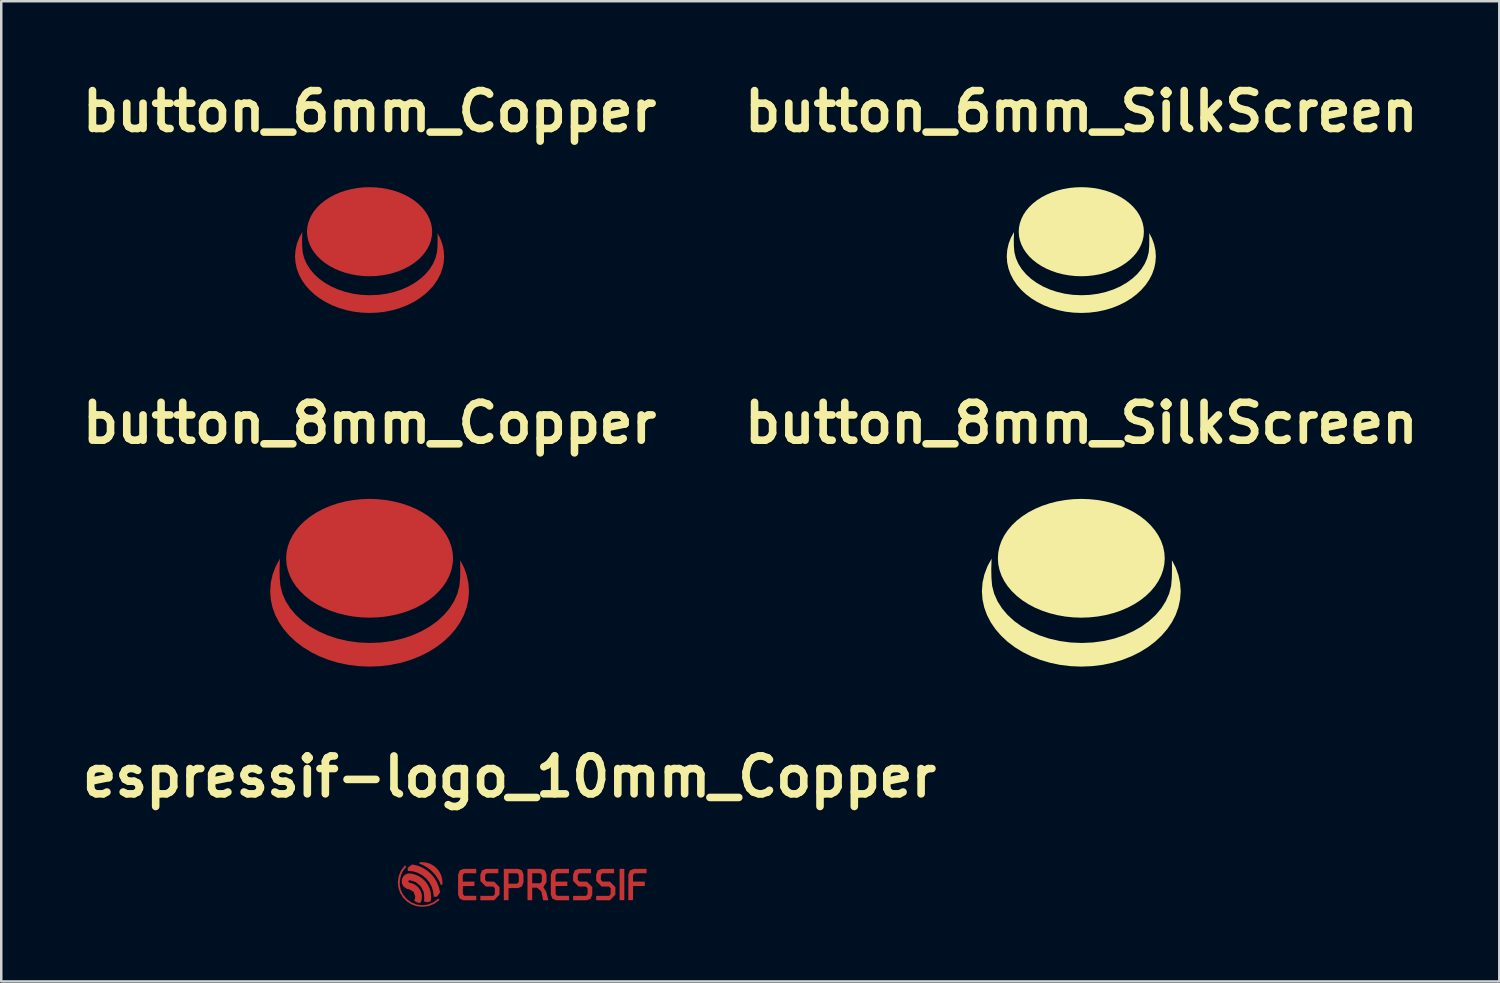
<source format=kicad_pcb>
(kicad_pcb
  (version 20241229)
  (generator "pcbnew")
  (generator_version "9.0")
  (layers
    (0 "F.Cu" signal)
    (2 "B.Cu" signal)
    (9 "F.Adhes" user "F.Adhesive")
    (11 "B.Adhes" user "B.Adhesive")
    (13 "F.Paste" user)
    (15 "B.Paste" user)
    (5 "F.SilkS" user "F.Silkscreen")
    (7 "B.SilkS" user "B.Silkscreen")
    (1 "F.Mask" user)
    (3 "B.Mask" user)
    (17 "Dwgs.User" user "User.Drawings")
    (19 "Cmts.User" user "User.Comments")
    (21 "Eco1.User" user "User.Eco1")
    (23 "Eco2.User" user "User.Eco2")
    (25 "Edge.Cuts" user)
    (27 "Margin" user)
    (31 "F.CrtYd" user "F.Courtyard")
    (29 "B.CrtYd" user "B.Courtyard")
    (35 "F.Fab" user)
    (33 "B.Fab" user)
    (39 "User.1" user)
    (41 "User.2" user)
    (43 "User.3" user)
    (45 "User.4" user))
  (footprint "button_6mm_SilkScreen"
    (layer "F.Cu")
    (at 40.418 7.002)
    (property "Reference" "button_6mm_SilkScreen" (at 0 -5.576 0) (layer "F.SilkS") (effects (font (size 1.524 1.524) (thickness 0.305))))
    (attr exclude_from_pos_files exclude_from_bom)
    (fp_poly (pts (xy 2.516 -0.738) (xy 2.504 -0.562) (xy 2.467 -0.388) (xy 2.407 -0.218) (xy 2.324 -0.052) (xy 2.219 0.106) (xy 2.092 0.257) (xy 1.945 0.398) (xy 1.779 0.528) (xy 1.596 0.646) (xy 1.398 0.751) (xy 1.186 0.841) (xy 0.963 0.917) (xy 0.73 0.976) (xy 0.491 1.018) (xy 0.247 1.044) (xy 0.00001 1.053) (xy -0.247 1.044) (xy -0.491 1.018) (xy -0.73 0.976) (xy -0.963 0.917) (xy -1.186 0.841) (xy -1.398 0.751) (xy -1.596 0.646) (xy -1.779 0.528) (xy -1.945 0.398) (xy -2.092 0.257) (xy -2.219 0.106) (xy -2.324 -0.052) (xy -2.407 -0.218) (xy -2.467 -0.388) (xy -2.504 -0.562) (xy -2.516 -0.738) (xy -2.504 -0.913) (xy -2.467 -1.087) (xy -2.407 -1.257) (xy -2.324 -1.423) (xy -2.219 -1.582) (xy -2.092 -1.732) (xy -1.945 -1.873) (xy -1.779 -2.004) (xy -1.596 -2.122) (xy -1.398 -2.226) (xy -1.186 -2.317) (xy -0.963 -2.392) (xy -0.73 -2.451) (xy -0.491 -2.494) (xy -0.247 -2.519) (xy 0.00001 -2.528) (xy 0.247 -2.519) (xy 0.491 -2.494) (xy 0.73 -2.451) (xy 0.963 -2.392) (xy 1.186 -2.317) (xy 1.398 -2.226) (xy 1.596 -2.122) (xy 1.779 -2.004) (xy 1.945 -1.873) (xy 2.092 -1.732) (xy 2.219 -1.582) (xy 2.324 -1.423) (xy 2.407 -1.257) (xy 2.467 -1.087) (xy 2.504 -0.913) (xy 2.516 -0.738)) (stroke (width 0) (type solid)) (fill yes) (layer "F.SilkS"))
    (fp_poly (pts (xy -2.704 -0.725) (xy -2.714 -0.422) (xy -2.71 -0.154) (xy -2.689 0.093) (xy -2.627 0.331) (xy -2.527 0.558) (xy -2.391 0.772) (xy -2.222 0.971) (xy -2.023 1.154) (xy -1.796 1.318) (xy -1.544 1.463) (xy -1.268 1.585) (xy -0.973 1.683) (xy -0.659 1.756) (xy -0.331 1.801) (xy 0.01 1.816) (xy 0.351 1.801) (xy 0.68 1.756) (xy 0.993 1.683) (xy 1.288 1.585) (xy 1.564 1.463) (xy 1.816 1.318) (xy 2.043 1.154) (xy 2.243 0.971) (xy 2.411 0.772) (xy 2.547 0.558) (xy 2.647 0.331) (xy 2.709 0.093) (xy 2.73 -0.154) (xy 2.733 -0.399) (xy 2.732 -0.68) (xy 2.845 -0.46) (xy 2.928 -0.23) (xy 2.979 0.008) (xy 2.997 0.255) (xy 2.979 0.502) (xy 2.928 0.742) (xy 2.844 0.973) (xy 2.73 1.193) (xy 2.587 1.402) (xy 2.418 1.597) (xy 2.224 1.777) (xy 2.007 1.942) (xy 1.769 2.089) (xy 1.512 2.217) (xy 1.237 2.326) (xy 0.947 2.412) (xy 0.643 2.476) (xy 0.326 2.515) (xy 0.00001 2.528) (xy -0.326 2.515) (xy -0.643 2.476) (xy -0.947 2.412) (xy -1.237 2.326) (xy -1.512 2.217) (xy -1.769 2.089) (xy -2.007 1.942) (xy -2.224 1.777) (xy -2.418 1.597) (xy -2.587 1.402) (xy -2.73 1.193) (xy -2.844 0.973) (xy -2.928 0.742) (xy -2.979 0.502) (xy -2.997 0.255) (xy -2.977 -0.005) (xy -2.921 -0.256) (xy -2.829 -0.496) (xy -2.704 -0.725)) (stroke (width 0) (type solid)) (fill yes) (layer "F.SilkS")))
  (footprint "espressif-logo_10mm_Copper"
    (layer "F.Cu")
    (at 17.432 32.82)
    (property "Reference" "espressif-logo_10mm_Copper" (at 0 -4.647 0) (layer "F.SilkS") (effects (font (size 1.524 1.524) (thickness 0.305))))
    (attr exclude_from_pos_files exclude_from_bom)
    (fp_poly (pts (xy -3.897 0.126) (xy -4.024 -0.000212) (xy -3.897 0.126)) (stroke (width 0) (type solid)) (fill yes) (layer "F.Cu"))
    (fp_poly (pts (xy 4.426 -0.942) (xy 4.615 -0.942) (xy 4.615 0.316) (xy 4.426 0.316) (xy 4.426 -0.942)) (stroke (width 0) (type solid)) (fill yes) (layer "F.Cu"))
    (fp_poly (pts (xy 5.031 -0.765) (xy 5.51 -0.765) (xy 5.51 -0.942) (xy 4.996 -0.942) (xy 4.844 -0.882) (xy 4.777 -0.711) (xy 4.777 0.316) (xy 4.966 0.316) (xy 4.966 -0.254) (xy 5.438 -0.254) (xy 5.438 -0.431) (xy 4.965 -0.431) (xy 4.965 -0.693) (xy 5.027 -0.765) (xy 5.031 -0.765)) (stroke (width 0) (type solid)) (fill yes) (layer "F.Cu"))
    (fp_poly (pts (xy 0.344 -0.943) (xy 0.312 -0.766) (xy 0.373 -0.694) (xy 0.373 -0.42) (xy 0.312 -0.348) (xy -0.04 -0.348) (xy -0.04 -0.766) (xy 0.312 -0.766) (xy 0.344 -0.943) (xy -0.229 -0.943) (xy -0.229 0.318) (xy -0.04 0.318) (xy -0.04 -0.171) (xy 0.344 -0.171) (xy 0.495 -0.231) (xy 0.563 -0.402) (xy 0.563 -0.716) (xy 0.495 -0.883) (xy 0.344 -0.943)) (stroke (width 0) (type solid)) (fill yes) (layer "F.Cu"))
    (fp_poly (pts (xy 1.728 -0.882) (xy 1.661 -0.711) (xy 1.661 0.094) (xy 1.728 0.261) (xy 1.88 0.321) (xy 2.394 0.321) (xy 2.394 0.141) (xy 1.914 0.141) (xy 1.854 0.069) (xy 1.854 -0.254) (xy 2.325 -0.254) (xy 2.325 -0.431) (xy 1.85 -0.431) (xy 1.85 -0.693) (xy 1.911 -0.765) (xy 2.39 -0.765) (xy 2.39 -0.942) (xy 1.877 -0.942) (xy 1.724 -0.882) (xy 1.728 -0.882)) (stroke (width 0) (type solid)) (fill yes) (layer "F.Cu"))
    (fp_poly (pts (xy -2 -0.882) (xy -2.067 -0.711) (xy -2.067 0.094) (xy -2 0.261) (xy -1.848 0.321) (xy -1.335 0.321) (xy -1.335 0.141) (xy -1.814 0.141) (xy -1.814 0.141) (xy -1.875 0.069) (xy -1.875 -0.254) (xy -1.409 -0.254) (xy -1.409 -0.431) (xy -1.878 -0.431) (xy -1.878 -0.693) (xy -1.816 -0.765) (xy -1.337 -0.765) (xy -1.337 -0.942) (xy -1.851 -0.942) (xy -2.003 -0.882) (xy -2 -0.882)) (stroke (width 0) (type solid)) (fill yes) (layer "F.Cu"))
    (fp_poly (pts (xy -2.693 -0.39) (xy -2.709 -0.551) (xy -2.756 -0.706) (xy -2.833 -0.848) (xy -2.936 -0.973) (xy -3.061 -1.076) (xy -3.204 -1.152) (xy -3.359 -1.198) (xy -3.52 -1.213) (xy -3.606 -1.209) (xy -3.625 -1.154) (xy -3.478 -1.093) (xy -3.34 -1.017) (xy -3.21 -0.925) (xy -3.092 -0.819) (xy -2.987 -0.701) (xy -2.895 -0.572) (xy -2.818 -0.433) (xy -2.757 -0.287) (xy -2.702 -0.307) (xy -2.697 -0.392) (xy -2.693 -0.39)) (stroke (width 0) (type solid)) (fill yes) (layer "F.Cu"))
    (fp_poly (pts (xy -2.792 -0.005) (xy -2.839 -0.211) (xy -2.918 -0.406) (xy -3.027 -0.586) (xy -3.163 -0.747) (xy -3.324 -0.883) (xy -3.504 -0.993) (xy -3.699 -1.071) (xy -3.905 -1.118) (xy -4.001 -1.058) (xy -4.089 -0.985) (xy -4.089 -0.863) (xy -3.886 -0.843) (xy -3.691 -0.784) (xy -3.511 -0.687) (xy -3.353 -0.558) (xy -3.223 -0.4) (xy -3.127 -0.22) (xy -3.067 -0.025) (xy -3.047 0.178) (xy -2.925 0.178) (xy -2.853 0.091) (xy -2.792 -0.005)) (stroke (width 0) (type solid)) (fill yes) (layer "F.Cu"))
    (fp_poly (pts (xy -0.622 -0.431) (xy -0.915 -0.431) (xy -0.915 -0.431) (xy -0.981 -0.498) (xy -0.981 -0.693) (xy -0.92 -0.765) (xy -0.45 -0.765) (xy -0.45 -0.942) (xy -0.953 -0.942) (xy -1.105 -0.882) (xy -1.172 -0.711) (xy -1.172 -0.453) (xy -0.951 -0.231) (xy -0.657 -0.231) (xy -0.589 -0.164) (xy -0.589 0.071) (xy -0.651 0.143) (xy -1.172 0.143) (xy -1.172 0.32) (xy -0.619 0.32) (xy -0.4 0.092) (xy -0.4 -0.207) (xy -0.622 -0.431) (xy -0.622 -0.431)) (stroke (width 0) (type solid)) (fill yes) (layer "F.Cu"))
    (fp_poly (pts (xy 4.034 -0.431) (xy 3.741 -0.431) (xy 3.741 -0.431) (xy 3.673 -0.498) (xy 3.673 -0.693) (xy 3.734 -0.765) (xy 4.205 -0.765) (xy 4.205 -0.942) (xy 3.703 -0.942) (xy 3.551 -0.882) (xy 3.484 -0.711) (xy 3.484 -0.453) (xy 3.705 -0.231) (xy 3.999 -0.231) (xy 4.067 -0.164) (xy 4.067 0.071) (xy 4.005 0.143) (xy 3.484 0.143) (xy 3.484 0.32) (xy 4.037 0.32) (xy 4.256 0.092) (xy 4.256 -0.207) (xy 4.034 -0.431) (xy 4.034 -0.431)) (stroke (width 0) (type solid)) (fill yes) (layer "F.Cu"))
    (fp_poly (pts (xy 1.363 -0.209) (xy 1.238 -0.364) (xy 0.913 -0.364) (xy 0.913 -0.765) (xy 1.238 -0.765) (xy 1.299 -0.693) (xy 1.299 -0.436) (xy 1.238 -0.364) (xy 1.363 -0.209) (xy 1.488 -0.415) (xy 1.488 -0.415) (xy 1.488 -0.716) (xy 1.488 -0.716) (xy 1.421 -0.883) (xy 1.269 -0.943) (xy 0.723 -0.943) (xy 0.723 0.318) (xy 0.913 0.318) (xy 0.913 -0.186) (xy 1.107 -0.186) (xy 1.278 -0.037) (xy 1.353 0.32) (xy 1.56 0.32) (xy 1.48 -0.015) (xy 1.363 -0.205) (xy 1.363 -0.209)) (stroke (width 0) (type solid)) (fill yes) (layer "F.Cu"))
    (fp_poly (pts (xy 3.107 -0.431) (xy 2.813 -0.431) (xy 2.813 -0.431) (xy 2.745 -0.498) (xy 2.745 -0.693) (xy 2.806 -0.765) (xy 3.278 -0.765) (xy 3.278 -0.942) (xy 2.774 -0.942) (xy 2.774 -0.942) (xy 2.623 -0.882) (xy 2.556 -0.711) (xy 2.556 -0.453) (xy 2.777 -0.231) (xy 2.777 -0.231) (xy 3.071 -0.231) (xy 3.138 -0.164) (xy 3.138 0.071) (xy 3.077 0.143) (xy 2.556 0.143) (xy 2.556 0.32) (xy 3.109 0.32) (xy 3.261 0.259) (xy 3.328 0.088) (xy 3.328 0.088) (xy 3.328 -0.212) (xy 3.107 -0.432) (xy 3.107 -0.431)) (stroke (width 0) (type solid)) (fill yes) (layer "F.Cu"))
    (fp_poly (pts (xy -3.511 0.584) (xy -3.735 0.559) (xy -3.941 0.485) (xy -4.122 0.37) (xy -4.274 0.22) (xy -4.389 0.039) (xy -4.463 -0.167) (xy -4.49 -0.391) (xy -4.457 -0.645) (xy -4.36 -0.88) (xy -4.203 -1.083) (xy -4.148 -1.031) (xy -4.274 -0.873) (xy -4.358 -0.696) (xy -4.403 -0.508) (xy -4.413 -0.317) (xy -4.376 -0.111) (xy -4.286 0.081) (xy -4.148 0.253) (xy -3.955 0.402) (xy -3.737 0.491) (xy -3.507 0.521) (xy -3.276 0.491) (xy -3.058 0.402) (xy -2.864 0.253) (xy -2.812 0.305) (xy -3.018 0.46) (xy -3.255 0.555) (xy -3.511 0.584)) (stroke (width 0) (type solid)) (fill yes) (layer "F.Cu"))
    (fp_poly (pts (xy -3.522 0.234) (xy -3.527 0.09) (xy -3.568 -0.048) (xy -3.643 -0.171) (xy -3.746 -0.272) (xy -3.881 -0.35) (xy -4.032 -0.388) (xy -4.078 -0.443) (xy -4.022 -0.489) (xy -3.772 -0.412) (xy -3.571 -0.245) (xy -3.448 -0.015) (xy -3.423 0.245) (xy -3.431 0.304) (xy -3.445 0.361) (xy -3.296 0.403) (xy -3.231 0.381) (xy -3.168 0.354) (xy -3.155 0.267) (xy -3.152 0.179) (xy -3.167 0.013) (xy -3.21 -0.148) (xy -3.282 -0.298) (xy -3.379 -0.434) (xy -3.498 -0.55) (xy -3.636 -0.643) (xy -3.788 -0.711) (xy -3.95 -0.751) (xy -4.025 -0.758) (xy -4.1 -0.751) (xy -4.188 -0.713) (xy -4.262 -0.651) (xy -4.332 -0.511) (xy -4.328 -0.356) (xy -4.251 -0.22) (xy -4.119 -0.137) (xy -4.079 -0.129) (xy -4.038 -0.123) (xy -3.859 -0.02) (xy -3.788 0.174) (xy -3.801 0.258) (xy -3.836 0.335) (xy -3.734 0.401) (xy -3.657 0.418) (xy -3.58 0.427) (xy -3.542 0.331) (xy -3.523 0.23) (xy -3.522 0.234)) (stroke (width 0) (type solid)) (fill yes) (layer "F.Cu")))
  (footprint "button_8mm_Copper"
    (layer "F.Cu")
    (at 11.807 20.376)
    (property "Reference" "button_8mm_Copper" (at 0 -6.419 0) (layer "F.SilkS") (effects (font (size 1.524 1.524) (thickness 0.305))))
    (attr exclude_from_pos_files exclude_from_bom)
    (fp_poly (pts (xy 3.354 -0.983) (xy 3.338 -0.749) (xy 3.29 -0.518) (xy 3.21 -0.29) (xy 3.099 -0.07) (xy 2.958 0.142) (xy 2.789 0.343) (xy 2.593 0.531) (xy 2.372 0.705) (xy 2.128 0.862) (xy 1.864 1.002) (xy 1.581 1.122) (xy 1.284 1.222) (xy 0.974 1.301) (xy 0.654 1.358) (xy 0.329 1.392) (xy 0.000013 1.404) (xy -0.329 1.392) (xy -0.654 1.358) (xy -0.974 1.301) (xy -1.284 1.222) (xy -1.581 1.122) (xy -1.864 1.002) (xy -2.128 0.862) (xy -2.372 0.705) (xy -2.593 0.531) (xy -2.789 0.343) (xy -2.958 0.142) (xy -3.099 -0.07) (xy -3.21 -0.29) (xy -3.29 -0.518) (xy -3.338 -0.749) (xy -3.354 -0.983) (xy -3.338 -1.217) (xy -3.29 -1.449) (xy -3.21 -1.676) (xy -3.099 -1.897) (xy -2.958 -2.109) (xy -2.789 -2.31) (xy -2.593 -2.498) (xy -2.372 -2.671) (xy -2.128 -2.829) (xy -1.864 -2.968) (xy -1.581 -3.089) (xy -1.284 -3.189) (xy -0.974 -3.268) (xy -0.654 -3.325) (xy -0.329 -3.359) (xy 0.000013 -3.371) (xy 0.329 -3.359) (xy 0.654 -3.325) (xy 0.974 -3.268) (xy 1.284 -3.189) (xy 1.581 -3.089) (xy 1.864 -2.968) (xy 2.128 -2.829) (xy 2.372 -2.671) (xy 2.593 -2.498) (xy 2.789 -2.31) (xy 2.958 -2.109) (xy 3.099 -1.897) (xy 3.21 -1.676) (xy 3.29 -1.449) (xy 3.338 -1.217) (xy 3.354 -0.983)) (stroke (width 0) (type solid)) (fill yes) (layer "F.Cu"))
    (fp_poly (pts (xy -3.606 -0.967) (xy -3.619 -0.562) (xy -3.613 -0.206) (xy -3.585 0.124) (xy -3.503 0.441) (xy -3.369 0.743) (xy -3.188 1.029) (xy -2.963 1.295) (xy -2.698 1.539) (xy -2.395 1.758) (xy -2.058 1.95) (xy -1.691 2.113) (xy -1.297 2.244) (xy -0.879 2.341) (xy -0.441 2.401) (xy 0.014 2.421) (xy 0.468 2.401) (xy 0.906 2.341) (xy 1.324 2.244) (xy 1.718 2.113) (xy 2.085 1.95) (xy 2.422 1.758) (xy 2.725 1.539) (xy 2.99 1.295) (xy 3.215 1.029) (xy 3.396 0.743) (xy 3.53 0.441) (xy 3.612 0.124) (xy 3.64 -0.206) (xy 3.645 -0.532) (xy 3.643 -0.906) (xy 3.794 -0.614) (xy 3.904 -0.307) (xy 3.972 0.011) (xy 3.996 0.34) (xy 3.972 0.67) (xy 3.903 0.99) (xy 3.792 1.297) (xy 3.64 1.591) (xy 3.45 1.869) (xy 3.224 2.129) (xy 2.966 2.37) (xy 2.677 2.589) (xy 2.359 2.786) (xy 2.016 2.957) (xy 1.65 3.101) (xy 1.262 3.216) (xy 0.857 3.301) (xy 0.435 3.353) (xy 0.000013 3.371) (xy -0.435 3.353) (xy -0.857 3.301) (xy -1.262 3.216) (xy -1.65 3.101) (xy -2.016 2.957) (xy -2.359 2.786) (xy -2.677 2.589) (xy -2.966 2.37) (xy -3.224 2.129) (xy -3.45 1.869) (xy -3.64 1.591) (xy -3.792 1.297) (xy -3.903 0.99) (xy -3.972 0.67) (xy -3.996 0.34) (xy -3.97 -0.006) (xy -3.894 -0.341) (xy -3.772 -0.662) (xy -3.606 -0.967)) (stroke (width 0) (type solid)) (fill yes) (layer "F.Cu")))
  (footprint "button_6mm_Copper"
    (layer "F.Cu")
    (at 11.807 7.002)
    (property "Reference" "button_6mm_Copper" (at 0 -5.576 0) (layer "F.SilkS") (effects (font (size 1.524 1.524) (thickness 0.305))))
    (attr exclude_from_pos_files exclude_from_bom)
    (fp_poly (pts (xy 2.516 -0.738) (xy 2.504 -0.562) (xy 2.467 -0.388) (xy 2.407 -0.218) (xy 2.324 -0.052) (xy 2.219 0.106) (xy 2.092 0.257) (xy 1.945 0.398) (xy 1.779 0.528) (xy 1.596 0.646) (xy 1.398 0.751) (xy 1.186 0.841) (xy 0.963 0.917) (xy 0.73 0.976) (xy 0.491 1.018) (xy 0.247 1.044) (xy 0.00001 1.053) (xy -0.247 1.044) (xy -0.491 1.018) (xy -0.73 0.976) (xy -0.963 0.917) (xy -1.186 0.841) (xy -1.398 0.751) (xy -1.596 0.646) (xy -1.779 0.528) (xy -1.945 0.398) (xy -2.092 0.257) (xy -2.219 0.106) (xy -2.324 -0.052) (xy -2.407 -0.218) (xy -2.467 -0.388) (xy -2.504 -0.562) (xy -2.516 -0.738) (xy -2.504 -0.913) (xy -2.467 -1.087) (xy -2.407 -1.257) (xy -2.324 -1.423) (xy -2.219 -1.582) (xy -2.092 -1.732) (xy -1.945 -1.873) (xy -1.779 -2.004) (xy -1.596 -2.122) (xy -1.398 -2.226) (xy -1.186 -2.317) (xy -0.963 -2.392) (xy -0.73 -2.451) (xy -0.491 -2.494) (xy -0.247 -2.519) (xy 0.00001 -2.528) (xy 0.247 -2.519) (xy 0.491 -2.494) (xy 0.73 -2.451) (xy 0.963 -2.392) (xy 1.186 -2.317) (xy 1.398 -2.226) (xy 1.596 -2.122) (xy 1.779 -2.004) (xy 1.945 -1.873) (xy 2.092 -1.732) (xy 2.219 -1.582) (xy 2.324 -1.423) (xy 2.407 -1.257) (xy 2.467 -1.087) (xy 2.504 -0.913) (xy 2.516 -0.738)) (stroke (width 0) (type solid)) (fill yes) (layer "F.Cu"))
    (fp_poly (pts (xy -2.704 -0.725) (xy -2.714 -0.422) (xy -2.71 -0.154) (xy -2.689 0.093) (xy -2.627 0.331) (xy -2.527 0.558) (xy -2.391 0.772) (xy -2.222 0.971) (xy -2.023 1.154) (xy -1.796 1.318) (xy -1.544 1.463) (xy -1.268 1.585) (xy -0.973 1.683) (xy -0.659 1.756) (xy -0.331 1.801) (xy 0.01 1.816) (xy 0.351 1.801) (xy 0.68 1.756) (xy 0.993 1.683) (xy 1.288 1.585) (xy 1.564 1.463) (xy 1.816 1.318) (xy 2.043 1.154) (xy 2.243 0.971) (xy 2.411 0.772) (xy 2.547 0.558) (xy 2.647 0.331) (xy 2.709 0.093) (xy 2.73 -0.154) (xy 2.733 -0.399) (xy 2.732 -0.68) (xy 2.845 -0.46) (xy 2.928 -0.23) (xy 2.979 0.008) (xy 2.997 0.255) (xy 2.979 0.502) (xy 2.928 0.742) (xy 2.844 0.973) (xy 2.73 1.193) (xy 2.587 1.402) (xy 2.418 1.597) (xy 2.224 1.777) (xy 2.007 1.942) (xy 1.769 2.089) (xy 1.512 2.217) (xy 1.237 2.326) (xy 0.947 2.412) (xy 0.643 2.476) (xy 0.326 2.515) (xy 0.00001 2.528) (xy -0.326 2.515) (xy -0.643 2.476) (xy -0.947 2.412) (xy -1.237 2.326) (xy -1.512 2.217) (xy -1.769 2.089) (xy -2.007 1.942) (xy -2.224 1.777) (xy -2.418 1.597) (xy -2.587 1.402) (xy -2.73 1.193) (xy -2.844 0.973) (xy -2.928 0.742) (xy -2.979 0.502) (xy -2.997 0.255) (xy -2.977 -0.005) (xy -2.921 -0.256) (xy -2.829 -0.496) (xy -2.704 -0.725)) (stroke (width 0) (type solid)) (fill yes) (layer "F.Cu")))
  (footprint "button_8mm_SilkScreen"
    (layer "F.Cu")
    (at 40.418 20.376)
    (property "Reference" "button_8mm_SilkScreen" (at 0 -6.419 0) (layer "F.SilkS") (effects (font (size 1.524 1.524) (thickness 0.305))))
    (attr exclude_from_pos_files exclude_from_bom)
    (fp_poly (pts (xy 3.354 -0.983) (xy 3.338 -0.749) (xy 3.29 -0.518) (xy 3.21 -0.29) (xy 3.099 -0.07) (xy 2.958 0.142) (xy 2.789 0.343) (xy 2.593 0.531) (xy 2.372 0.705) (xy 2.128 0.862) (xy 1.864 1.002) (xy 1.581 1.122) (xy 1.284 1.222) (xy 0.974 1.301) (xy 0.654 1.358) (xy 0.329 1.392) (xy 0.000013 1.404) (xy -0.329 1.392) (xy -0.654 1.358) (xy -0.974 1.301) (xy -1.284 1.222) (xy -1.581 1.122) (xy -1.864 1.002) (xy -2.128 0.862) (xy -2.372 0.705) (xy -2.593 0.531) (xy -2.789 0.343) (xy -2.958 0.142) (xy -3.099 -0.07) (xy -3.21 -0.29) (xy -3.29 -0.518) (xy -3.338 -0.749) (xy -3.354 -0.983) (xy -3.338 -1.217) (xy -3.29 -1.449) (xy -3.21 -1.676) (xy -3.099 -1.897) (xy -2.958 -2.109) (xy -2.789 -2.31) (xy -2.593 -2.498) (xy -2.372 -2.671) (xy -2.128 -2.829) (xy -1.864 -2.968) (xy -1.581 -3.089) (xy -1.284 -3.189) (xy -0.974 -3.268) (xy -0.654 -3.325) (xy -0.329 -3.359) (xy 0.000013 -3.371) (xy 0.329 -3.359) (xy 0.654 -3.325) (xy 0.974 -3.268) (xy 1.284 -3.189) (xy 1.581 -3.089) (xy 1.864 -2.968) (xy 2.128 -2.829) (xy 2.372 -2.671) (xy 2.593 -2.498) (xy 2.789 -2.31) (xy 2.958 -2.109) (xy 3.099 -1.897) (xy 3.21 -1.676) (xy 3.29 -1.449) (xy 3.338 -1.217) (xy 3.354 -0.983)) (stroke (width 0) (type solid)) (fill yes) (layer "F.SilkS"))
    (fp_poly (pts (xy -3.606 -0.967) (xy -3.619 -0.562) (xy -3.613 -0.206) (xy -3.585 0.124) (xy -3.503 0.441) (xy -3.369 0.743) (xy -3.188 1.029) (xy -2.963 1.295) (xy -2.698 1.539) (xy -2.395 1.758) (xy -2.058 1.95) (xy -1.691 2.113) (xy -1.297 2.244) (xy -0.879 2.341) (xy -0.441 2.401) (xy 0.014 2.421) (xy 0.468 2.401) (xy 0.906 2.341) (xy 1.324 2.244) (xy 1.718 2.113) (xy 2.085 1.95) (xy 2.422 1.758) (xy 2.725 1.539) (xy 2.99 1.295) (xy 3.215 1.029) (xy 3.396 0.743) (xy 3.53 0.441) (xy 3.612 0.124) (xy 3.64 -0.206) (xy 3.645 -0.532) (xy 3.643 -0.906) (xy 3.794 -0.614) (xy 3.904 -0.307) (xy 3.972 0.011) (xy 3.996 0.34) (xy 3.972 0.67) (xy 3.903 0.99) (xy 3.792 1.297) (xy 3.64 1.591) (xy 3.45 1.869) (xy 3.224 2.129) (xy 2.966 2.37) (xy 2.677 2.589) (xy 2.359 2.786) (xy 2.016 2.957) (xy 1.65 3.101) (xy 1.262 3.216) (xy 0.857 3.301) (xy 0.435 3.353) (xy 0.000013 3.371) (xy -0.435 3.353) (xy -0.857 3.301) (xy -1.262 3.216) (xy -1.65 3.101) (xy -2.016 2.957) (xy -2.359 2.786) (xy -2.677 2.589) (xy -2.966 2.37) (xy -3.224 2.129) (xy -3.45 1.869) (xy -3.64 1.591) (xy -3.792 1.297) (xy -3.903 0.99) (xy -3.972 0.67) (xy -3.996 0.34) (xy -3.97 -0.006) (xy -3.894 -0.341) (xy -3.772 -0.662) (xy -3.606 -0.967)) (stroke (width 0) (type solid)) (fill yes) (layer "F.SilkS")))
  (gr_rect
    (start -3 -3)
    (end 57.221 36.404)
    (stroke (width 0.1) (type default))
    (fill no)
    (layer "Edge.Cuts")))
</source>
